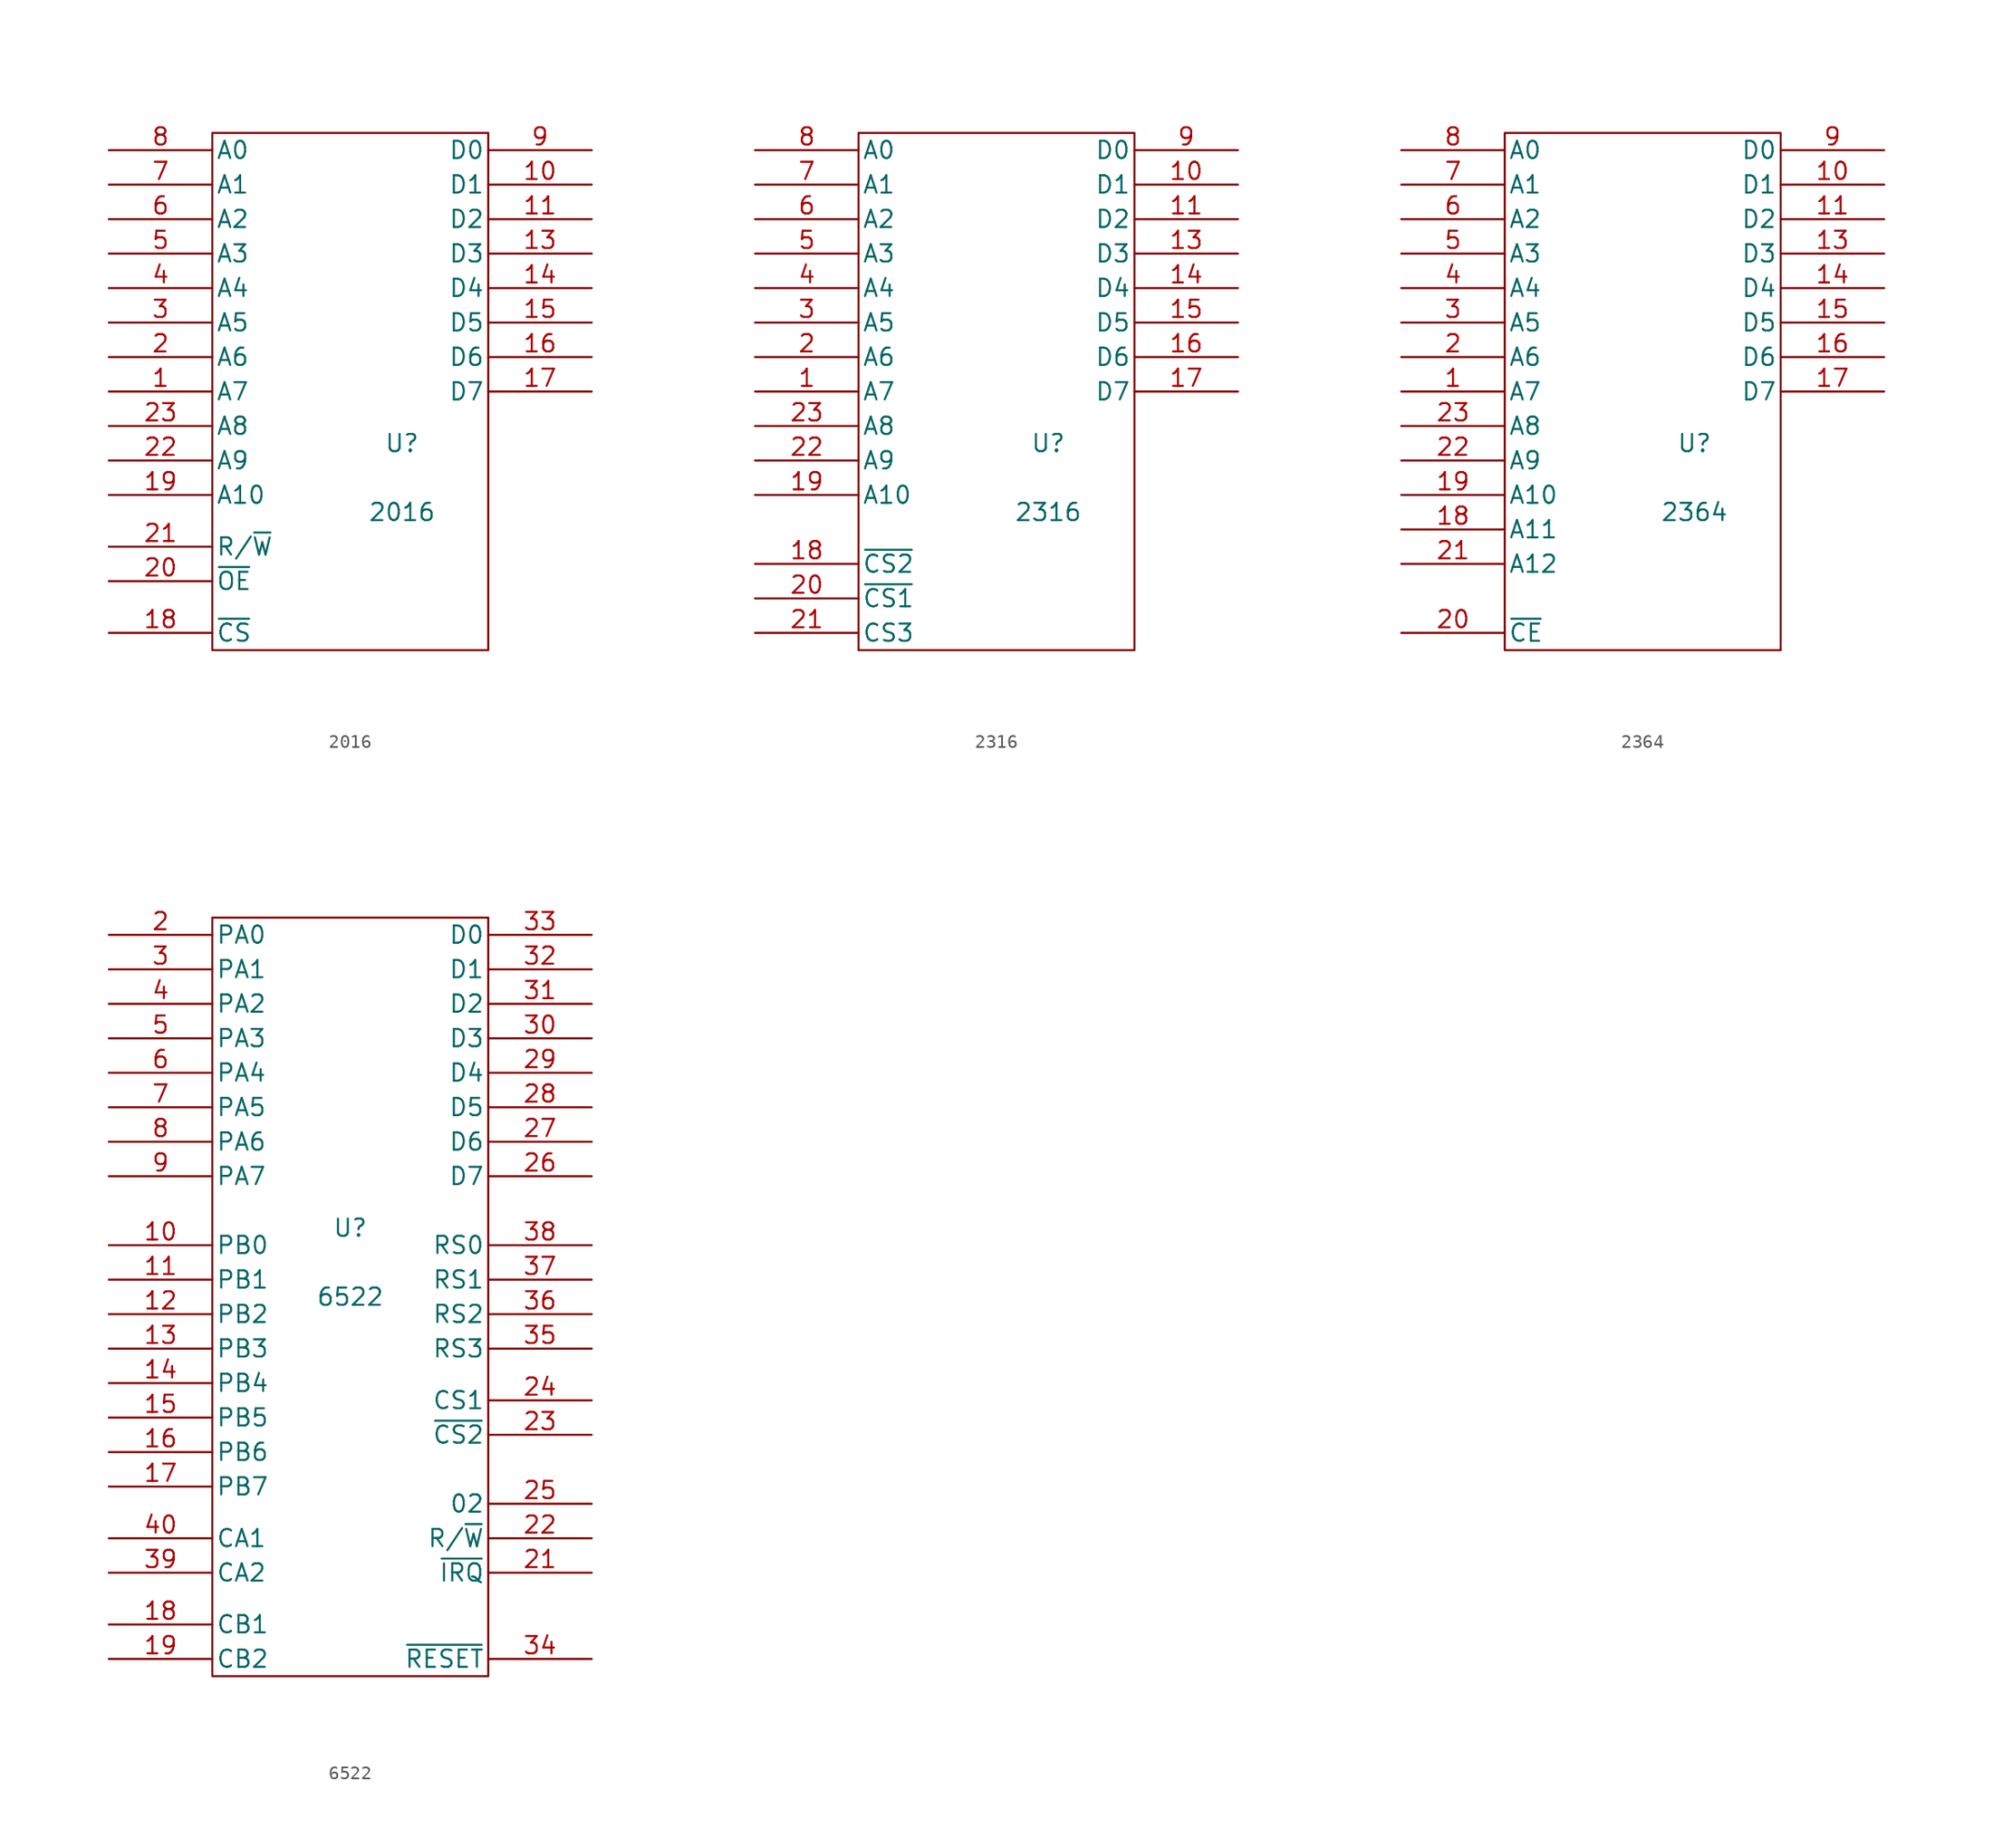
<source format=kicad_sym>
(kicad_symbol_lib
  (version 20231120)
  (generator "kicad_symbol_editor")
  (generator_version "8.0")
  (symbol "2016"
    (pin_names
      (offset 0.254))
    (property "Reference" "U"
      (at 3.81 -3.81 0)
      (effects (font (size 1.27 1.27))))
    (property "Value" "2016"
      (at 3.81 -8.89 0)
      (effects (font (size 1.27 1.27))))
    (property "Footprint" ""
      (at 0 0 0)
      (effects (font (size 1.27 1.27))))
    (property "Datasheet" ""
      (at 0 0 0)
      (effects (font (size 1.27 1.27))))
    (symbol "2016_0_0"
      (pin power_in line (at 0 -20.32 90) (length 1.27) hide (name "GND" (effects (font (size 1.27 1.27)))) (number "12" (effects (font (size 1.27 1.27)))))
      (pin power_in line (at 0 20.32 270) (length 1.27) hide (name "Vcc" (effects (font (size 1.27 1.27)))) (number "24" (effects (font (size 1.27 1.27))))))
    (symbol "2016_0_1"
      (rectangle (start -10.16 19.05) (end 10.16 -19.05) (stroke (width 0) (type solid)) (fill (type none))))
    (symbol "2016_1_1"
      (pin input line (at -17.78 0 0) (length 7.62) (name "A7" (effects (font (size 1.27 1.27)))) (number "1" (effects (font (size 1.27 1.27)))))
      (pin bidirectional line (at 17.78 15.24 180) (length 7.62) (name "D1" (effects (font (size 1.27 1.27)))) (number "10" (effects (font (size 1.27 1.27)))))
      (pin bidirectional line (at 17.78 12.7 180) (length 7.62) (name "D2" (effects (font (size 1.27 1.27)))) (number "11" (effects (font (size 1.27 1.27)))))
      (pin bidirectional line (at 17.78 10.16 180) (length 7.62) (name "D3" (effects (font (size 1.27 1.27)))) (number "13" (effects (font (size 1.27 1.27)))))
      (pin bidirectional line (at 17.78 7.62 180) (length 7.62) (name "D4" (effects (font (size 1.27 1.27)))) (number "14" (effects (font (size 1.27 1.27)))))
      (pin bidirectional line (at 17.78 5.08 180) (length 7.62) (name "D5" (effects (font (size 1.27 1.27)))) (number "15" (effects (font (size 1.27 1.27)))))
      (pin bidirectional line (at 17.78 2.54 180) (length 7.62) (name "D6" (effects (font (size 1.27 1.27)))) (number "16" (effects (font (size 1.27 1.27)))))
      (pin bidirectional line (at 17.78 0 180) (length 7.62) (name "D7" (effects (font (size 1.27 1.27)))) (number "17" (effects (font (size 1.27 1.27)))))
      (pin input line (at -17.78 -17.78 0) (length 7.62) (name "~{CS}" (effects (font (size 1.27 1.27)))) (number "18" (effects (font (size 1.27 1.27)))))
      (pin input line (at -17.78 -7.62 0) (length 7.62) (name "A10" (effects (font (size 1.27 1.27)))) (number "19" (effects (font (size 1.27 1.27)))))
      (pin input line (at -17.78 2.54 0) (length 7.62) (name "A6" (effects (font (size 1.27 1.27)))) (number "2" (effects (font (size 1.27 1.27)))))
      (pin input line (at -17.78 -13.97 0) (length 7.62) (name "~{OE}" (effects (font (size 1.27 1.27)))) (number "20" (effects (font (size 1.27 1.27)))))
      (pin input line (at -17.78 -11.43 0) (length 7.62) (name "R/~{W}" (effects (font (size 1.27 1.27)))) (number "21" (effects (font (size 1.27 1.27)))))
      (pin input line (at -17.78 -5.08 0) (length 7.62) (name "A9" (effects (font (size 1.27 1.27)))) (number "22" (effects (font (size 1.27 1.27)))))
      (pin input line (at -17.78 -2.54 0) (length 7.62) (name "A8" (effects (font (size 1.27 1.27)))) (number "23" (effects (font (size 1.27 1.27)))))
      (pin input line (at -17.78 5.08 0) (length 7.62) (name "A5" (effects (font (size 1.27 1.27)))) (number "3" (effects (font (size 1.27 1.27)))))
      (pin input line (at -17.78 7.62 0) (length 7.62) (name "A4" (effects (font (size 1.27 1.27)))) (number "4" (effects (font (size 1.27 1.27)))))
      (pin input line (at -17.78 10.16 0) (length 7.62) (name "A3" (effects (font (size 1.27 1.27)))) (number "5" (effects (font (size 1.27 1.27)))))
      (pin input line (at -17.78 12.7 0) (length 7.62) (name "A2" (effects (font (size 1.27 1.27)))) (number "6" (effects (font (size 1.27 1.27)))))
      (pin input line (at -17.78 15.24 0) (length 7.62) (name "A1" (effects (font (size 1.27 1.27)))) (number "7" (effects (font (size 1.27 1.27)))))
      (pin input line (at -17.78 17.78 0) (length 7.62) (name "A0" (effects (font (size 1.27 1.27)))) (number "8" (effects (font (size 1.27 1.27)))))
      (pin bidirectional line (at 17.78 17.78 180) (length 7.62) (name "D0" (effects (font (size 1.27 1.27)))) (number "9" (effects (font (size 1.27 1.27)))))))
  (symbol "2316"
    (pin_names
      (offset 0.254))
    (property "Reference" "U"
      (at 3.81 -3.81 0)
      (effects (font (size 1.27 1.27))))
    (property "Value" "2316"
      (at 3.81 -8.89 0)
      (effects (font (size 1.27 1.27))))
    (property "Footprint" ""
      (at 0 0 0)
      (effects (font (size 1.27 1.27))))
    (property "Datasheet" ""
      (at 0 0 0)
      (effects (font (size 1.27 1.27))))
    (symbol "2316_0_0"
      (pin power_in line (at 0 -20.32 90) (length 1.27) hide (name "GND" (effects (font (size 1.27 1.27)))) (number "12" (effects (font (size 1.27 1.27)))))
      (pin power_in line (at 0 20.32 270) (length 1.27) hide (name "Vcc" (effects (font (size 1.27 1.27)))) (number "24" (effects (font (size 1.27 1.27))))))
    (symbol "2316_0_1"
      (rectangle (start -10.16 19.05) (end 10.16 -19.05) (stroke (width 0) (type solid)) (fill (type none))))
    (symbol "2316_1_1"
      (pin input line (at -17.78 0 0) (length 7.62) (name "A7" (effects (font (size 1.27 1.27)))) (number "1" (effects (font (size 1.27 1.27)))))
      (pin output line (at 17.78 15.24 180) (length 7.62) (name "D1" (effects (font (size 1.27 1.27)))) (number "10" (effects (font (size 1.27 1.27)))))
      (pin output line (at 17.78 12.7 180) (length 7.62) (name "D2" (effects (font (size 1.27 1.27)))) (number "11" (effects (font (size 1.27 1.27)))))
      (pin output line (at 17.78 10.16 180) (length 7.62) (name "D3" (effects (font (size 1.27 1.27)))) (number "13" (effects (font (size 1.27 1.27)))))
      (pin output line (at 17.78 7.62 180) (length 7.62) (name "D4" (effects (font (size 1.27 1.27)))) (number "14" (effects (font (size 1.27 1.27)))))
      (pin output line (at 17.78 5.08 180) (length 7.62) (name "D5" (effects (font (size 1.27 1.27)))) (number "15" (effects (font (size 1.27 1.27)))))
      (pin tri_state line (at 17.78 2.54 180) (length 7.62) (name "D6" (effects (font (size 1.27 1.27)))) (number "16" (effects (font (size 1.27 1.27)))))
      (pin tri_state line (at 17.78 0 180) (length 7.62) (name "D7" (effects (font (size 1.27 1.27)))) (number "17" (effects (font (size 1.27 1.27)))))
      (pin input line (at -17.78 -12.7 0) (length 7.62) (name "~{CS2}" (effects (font (size 1.27 1.27)))) (number "18" (effects (font (size 1.27 1.27)))))
      (pin input line (at -17.78 -7.62 0) (length 7.62) (name "A10" (effects (font (size 1.27 1.27)))) (number "19" (effects (font (size 1.27 1.27)))))
      (pin input line (at -17.78 2.54 0) (length 7.62) (name "A6" (effects (font (size 1.27 1.27)))) (number "2" (effects (font (size 1.27 1.27)))))
      (pin input line (at -17.78 -15.24 0) (length 7.62) (name "~{CS1}" (effects (font (size 1.27 1.27)))) (number "20" (effects (font (size 1.27 1.27)))))
      (pin input line (at -17.78 -17.78 0) (length 7.62) (name "CS3" (effects (font (size 1.27 1.27)))) (number "21" (effects (font (size 1.27 1.27)))))
      (pin input line (at -17.78 -5.08 0) (length 7.62) (name "A9" (effects (font (size 1.27 1.27)))) (number "22" (effects (font (size 1.27 1.27)))))
      (pin input line (at -17.78 -2.54 0) (length 7.62) (name "A8" (effects (font (size 1.27 1.27)))) (number "23" (effects (font (size 1.27 1.27)))))
      (pin input line (at -17.78 5.08 0) (length 7.62) (name "A5" (effects (font (size 1.27 1.27)))) (number "3" (effects (font (size 1.27 1.27)))))
      (pin input line (at -17.78 7.62 0) (length 7.62) (name "A4" (effects (font (size 1.27 1.27)))) (number "4" (effects (font (size 1.27 1.27)))))
      (pin input line (at -17.78 10.16 0) (length 7.62) (name "A3" (effects (font (size 1.27 1.27)))) (number "5" (effects (font (size 1.27 1.27)))))
      (pin input line (at -17.78 12.7 0) (length 7.62) (name "A2" (effects (font (size 1.27 1.27)))) (number "6" (effects (font (size 1.27 1.27)))))
      (pin input line (at -17.78 15.24 0) (length 7.62) (name "A1" (effects (font (size 1.27 1.27)))) (number "7" (effects (font (size 1.27 1.27)))))
      (pin input line (at -17.78 17.78 0) (length 7.62) (name "A0" (effects (font (size 1.27 1.27)))) (number "8" (effects (font (size 1.27 1.27)))))
      (pin output line (at 17.78 17.78 180) (length 7.62) (name "D0" (effects (font (size 1.27 1.27)))) (number "9" (effects (font (size 1.27 1.27)))))))
  (symbol "2364"
    (pin_names
      (offset 0.254))
    (property "Reference" "U"
      (at 3.81 -3.81 0)
      (effects (font (size 1.27 1.27))))
    (property "Value" "2364"
      (at 3.81 -8.89 0)
      (effects (font (size 1.27 1.27))))
    (property "Footprint" ""
      (at 0 0 0)
      (effects (font (size 1.27 1.27))))
    (property "Datasheet" ""
      (at 0 0 0)
      (effects (font (size 1.27 1.27))))
    (symbol "2364_0_0"
      (pin power_in line (at 0 -20.32 90) (length 1.27) hide (name "GND" (effects (font (size 1.27 1.27)))) (number "12" (effects (font (size 1.27 1.27)))))
      (pin power_in line (at 0 20.32 270) (length 1.27) hide (name "Vcc" (effects (font (size 1.27 1.27)))) (number "24" (effects (font (size 1.27 1.27))))))
    (symbol "2364_0_1"
      (rectangle (start -10.16 19.05) (end 10.16 -19.05) (stroke (width 0) (type solid)) (fill (type none))))
    (symbol "2364_1_1"
      (pin input line (at -17.78 0 0) (length 7.62) (name "A7" (effects (font (size 1.27 1.27)))) (number "1" (effects (font (size 1.27 1.27)))))
      (pin output line (at 17.78 15.24 180) (length 7.62) (name "D1" (effects (font (size 1.27 1.27)))) (number "10" (effects (font (size 1.27 1.27)))))
      (pin output line (at 17.78 12.7 180) (length 7.62) (name "D2" (effects (font (size 1.27 1.27)))) (number "11" (effects (font (size 1.27 1.27)))))
      (pin output line (at 17.78 10.16 180) (length 7.62) (name "D3" (effects (font (size 1.27 1.27)))) (number "13" (effects (font (size 1.27 1.27)))))
      (pin output line (at 17.78 7.62 180) (length 7.62) (name "D4" (effects (font (size 1.27 1.27)))) (number "14" (effects (font (size 1.27 1.27)))))
      (pin output line (at 17.78 5.08 180) (length 7.62) (name "D5" (effects (font (size 1.27 1.27)))) (number "15" (effects (font (size 1.27 1.27)))))
      (pin tri_state line (at 17.78 2.54 180) (length 7.62) (name "D6" (effects (font (size 1.27 1.27)))) (number "16" (effects (font (size 1.27 1.27)))))
      (pin tri_state line (at 17.78 0 180) (length 7.62) (name "D7" (effects (font (size 1.27 1.27)))) (number "17" (effects (font (size 1.27 1.27)))))
      (pin input line (at -17.78 -10.16 0) (length 7.62) (name "A11" (effects (font (size 1.27 1.27)))) (number "18" (effects (font (size 1.27 1.27)))))
      (pin input line (at -17.78 -7.62 0) (length 7.62) (name "A10" (effects (font (size 1.27 1.27)))) (number "19" (effects (font (size 1.27 1.27)))))
      (pin input line (at -17.78 2.54 0) (length 7.62) (name "A6" (effects (font (size 1.27 1.27)))) (number "2" (effects (font (size 1.27 1.27)))))
      (pin input line (at -17.78 -17.78 0) (length 7.62) (name "~{CE}" (effects (font (size 1.27 1.27)))) (number "20" (effects (font (size 1.27 1.27)))))
      (pin input line (at -17.78 -12.7 0) (length 7.62) (name "A12" (effects (font (size 1.27 1.27)))) (number "21" (effects (font (size 1.27 1.27)))))
      (pin input line (at -17.78 -5.08 0) (length 7.62) (name "A9" (effects (font (size 1.27 1.27)))) (number "22" (effects (font (size 1.27 1.27)))))
      (pin input line (at -17.78 -2.54 0) (length 7.62) (name "A8" (effects (font (size 1.27 1.27)))) (number "23" (effects (font (size 1.27 1.27)))))
      (pin input line (at -17.78 5.08 0) (length 7.62) (name "A5" (effects (font (size 1.27 1.27)))) (number "3" (effects (font (size 1.27 1.27)))))
      (pin input line (at -17.78 7.62 0) (length 7.62) (name "A4" (effects (font (size 1.27 1.27)))) (number "4" (effects (font (size 1.27 1.27)))))
      (pin input line (at -17.78 10.16 0) (length 7.62) (name "A3" (effects (font (size 1.27 1.27)))) (number "5" (effects (font (size 1.27 1.27)))))
      (pin input line (at -17.78 12.7 0) (length 7.62) (name "A2" (effects (font (size 1.27 1.27)))) (number "6" (effects (font (size 1.27 1.27)))))
      (pin input line (at -17.78 15.24 0) (length 7.62) (name "A1" (effects (font (size 1.27 1.27)))) (number "7" (effects (font (size 1.27 1.27)))))
      (pin input line (at -17.78 17.78 0) (length 7.62) (name "A0" (effects (font (size 1.27 1.27)))) (number "8" (effects (font (size 1.27 1.27)))))
      (pin output line (at 17.78 17.78 180) (length 7.62) (name "D0" (effects (font (size 1.27 1.27)))) (number "9" (effects (font (size 1.27 1.27)))))))
  (symbol "6522"
    (pin_names
      (offset 0.254))
    (property "Reference" "U"
      (at 0 -3.81 0)
      (effects (font (size 1.27 1.27))))
    (property "Value" "6522"
      (at 0 -8.89 0)
      (effects (font (size 1.27 1.27))))
    (property "Footprint" ""
      (at 0 0 0)
      (effects (font (size 1.27 1.27))))
    (property "Datasheet" ""
      (at 0 0 0)
      (effects (font (size 1.27 1.27))))
    (symbol "6522_0_0"
      (pin power_in line (at 0 -36.83 90) (length 1.27) hide (name "GND" (effects (font (size 1.27 1.27)))) (number "1" (effects (font (size 1.27 1.27)))))
      (pin power_in line (at 0 20.32 270) (length 1.27) hide (name "Vcc" (effects (font (size 1.27 1.27)))) (number "20" (effects (font (size 1.27 1.27))))))
    (symbol "6522_0_1"
      (rectangle (start -10.16 19.05) (end 10.16 -36.83) (stroke (width 0) (type solid)) (fill (type none))))
    (symbol "6522_1_1"
      (pin bidirectional line (at -17.78 -5.08 0) (length 7.62) (name "PB0" (effects (font (size 1.27 1.27)))) (number "10" (effects (font (size 1.27 1.27)))))
      (pin bidirectional line (at -17.78 -7.62 0) (length 7.62) (name "PB1" (effects (font (size 1.27 1.27)))) (number "11" (effects (font (size 1.27 1.27)))))
      (pin bidirectional line (at -17.78 -10.16 0) (length 7.62) (name "PB2" (effects (font (size 1.27 1.27)))) (number "12" (effects (font (size 1.27 1.27)))))
      (pin bidirectional line (at -17.78 -12.7 0) (length 7.62) (name "PB3" (effects (font (size 1.27 1.27)))) (number "13" (effects (font (size 1.27 1.27)))))
      (pin bidirectional line (at -17.78 -15.24 0) (length 7.62) (name "PB4" (effects (font (size 1.27 1.27)))) (number "14" (effects (font (size 1.27 1.27)))))
      (pin bidirectional line (at -17.78 -17.78 0) (length 7.62) (name "PB5" (effects (font (size 1.27 1.27)))) (number "15" (effects (font (size 1.27 1.27)))))
      (pin bidirectional line (at -17.78 -20.32 0) (length 7.62) (name "PB6" (effects (font (size 1.27 1.27)))) (number "16" (effects (font (size 1.27 1.27)))))
      (pin bidirectional line (at -17.78 -22.86 0) (length 7.62) (name "PB7" (effects (font (size 1.27 1.27)))) (number "17" (effects (font (size 1.27 1.27)))))
      (pin bidirectional line (at -17.78 -33.02 0) (length 7.62) (name "CB1" (effects (font (size 1.27 1.27)))) (number "18" (effects (font (size 1.27 1.27)))))
      (pin bidirectional line (at -17.78 -35.56 0) (length 7.62) (name "CB2" (effects (font (size 1.27 1.27)))) (number "19" (effects (font (size 1.27 1.27)))))
      (pin bidirectional line (at -17.78 17.78 0) (length 7.62) (name "PA0" (effects (font (size 1.27 1.27)))) (number "2" (effects (font (size 1.27 1.27)))))
      (pin input line (at 17.78 -29.21 180) (length 7.62) (name "~{IRQ}" (effects (font (size 1.27 1.27)))) (number "21" (effects (font (size 1.27 1.27)))))
      (pin input line (at 17.78 -26.67 180) (length 7.62) (name "R/~{W}" (effects (font (size 1.27 1.27)))) (number "22" (effects (font (size 1.27 1.27)))))
      (pin input line (at 17.78 -19.05 180) (length 7.62) (name "~{CS2}" (effects (font (size 1.27 1.27)))) (number "23" (effects (font (size 1.27 1.27)))))
      (pin input line (at 17.78 -16.51 180) (length 7.62) (name "CS1" (effects (font (size 1.27 1.27)))) (number "24" (effects (font (size 1.27 1.27)))))
      (pin input line (at 17.78 -24.13 180) (length 7.62) (name "02" (effects (font (size 1.27 1.27)))) (number "25" (effects (font (size 1.27 1.27)))))
      (pin tri_state line (at 17.78 0 180) (length 7.62) (name "D7" (effects (font (size 1.27 1.27)))) (number "26" (effects (font (size 1.27 1.27)))))
      (pin tri_state line (at 17.78 2.54 180) (length 7.62) (name "D6" (effects (font (size 1.27 1.27)))) (number "27" (effects (font (size 1.27 1.27)))))
      (pin output line (at 17.78 5.08 180) (length 7.62) (name "D5" (effects (font (size 1.27 1.27)))) (number "28" (effects (font (size 1.27 1.27)))))
      (pin output line (at 17.78 7.62 180) (length 7.62) (name "D4" (effects (font (size 1.27 1.27)))) (number "29" (effects (font (size 1.27 1.27)))))
      (pin bidirectional line (at -17.78 15.24 0) (length 7.62) (name "PA1" (effects (font (size 1.27 1.27)))) (number "3" (effects (font (size 1.27 1.27)))))
      (pin output line (at 17.78 10.16 180) (length 7.62) (name "D3" (effects (font (size 1.27 1.27)))) (number "30" (effects (font (size 1.27 1.27)))))
      (pin output line (at 17.78 12.7 180) (length 7.62) (name "D2" (effects (font (size 1.27 1.27)))) (number "31" (effects (font (size 1.27 1.27)))))
      (pin output line (at 17.78 15.24 180) (length 7.62) (name "D1" (effects (font (size 1.27 1.27)))) (number "32" (effects (font (size 1.27 1.27)))))
      (pin output line (at 17.78 17.78 180) (length 7.62) (name "D0" (effects (font (size 1.27 1.27)))) (number "33" (effects (font (size 1.27 1.27)))))
      (pin input line (at 17.78 -35.56 180) (length 7.62) (name "~{RESET}" (effects (font (size 1.27 1.27)))) (number "34" (effects (font (size 1.27 1.27)))))
      (pin input line (at 17.78 -12.7 180) (length 7.62) (name "RS3" (effects (font (size 1.27 1.27)))) (number "35" (effects (font (size 1.27 1.27)))))
      (pin input line (at 17.78 -10.16 180) (length 7.62) (name "RS2" (effects (font (size 1.27 1.27)))) (number "36" (effects (font (size 1.27 1.27)))))
      (pin input line (at 17.78 -7.62 180) (length 7.62) (name "RS1" (effects (font (size 1.27 1.27)))) (number "37" (effects (font (size 1.27 1.27)))))
      (pin input line (at 17.78 -5.08 180) (length 7.62) (name "RS0" (effects (font (size 1.27 1.27)))) (number "38" (effects (font (size 1.27 1.27)))))
      (pin bidirectional line (at -17.78 -29.21 0) (length 7.62) (name "CA2" (effects (font (size 1.27 1.27)))) (number "39" (effects (font (size 1.27 1.27)))))
      (pin bidirectional line (at -17.78 12.7 0) (length 7.62) (name "PA2" (effects (font (size 1.27 1.27)))) (number "4" (effects (font (size 1.27 1.27)))))
      (pin bidirectional line (at -17.78 -26.67 0) (length 7.62) (name "CA1" (effects (font (size 1.27 1.27)))) (number "40" (effects (font (size 1.27 1.27)))))
      (pin bidirectional line (at -17.78 10.16 0) (length 7.62) (name "PA3" (effects (font (size 1.27 1.27)))) (number "5" (effects (font (size 1.27 1.27)))))
      (pin bidirectional line (at -17.78 7.62 0) (length 7.62) (name "PA4" (effects (font (size 1.27 1.27)))) (number "6" (effects (font (size 1.27 1.27)))))
      (pin bidirectional line (at -17.78 5.08 0) (length 7.62) (name "PA5" (effects (font (size 1.27 1.27)))) (number "7" (effects (font (size 1.27 1.27)))))
      (pin bidirectional line (at -17.78 2.54 0) (length 7.62) (name "PA6" (effects (font (size 1.27 1.27)))) (number "8" (effects (font (size 1.27 1.27)))))
      (pin bidirectional line (at -17.78 0 0) (length 7.62) (name "PA7" (effects (font (size 1.27 1.27)))) (number "9" (effects (font (size 1.27 1.27))))))))
</source>
